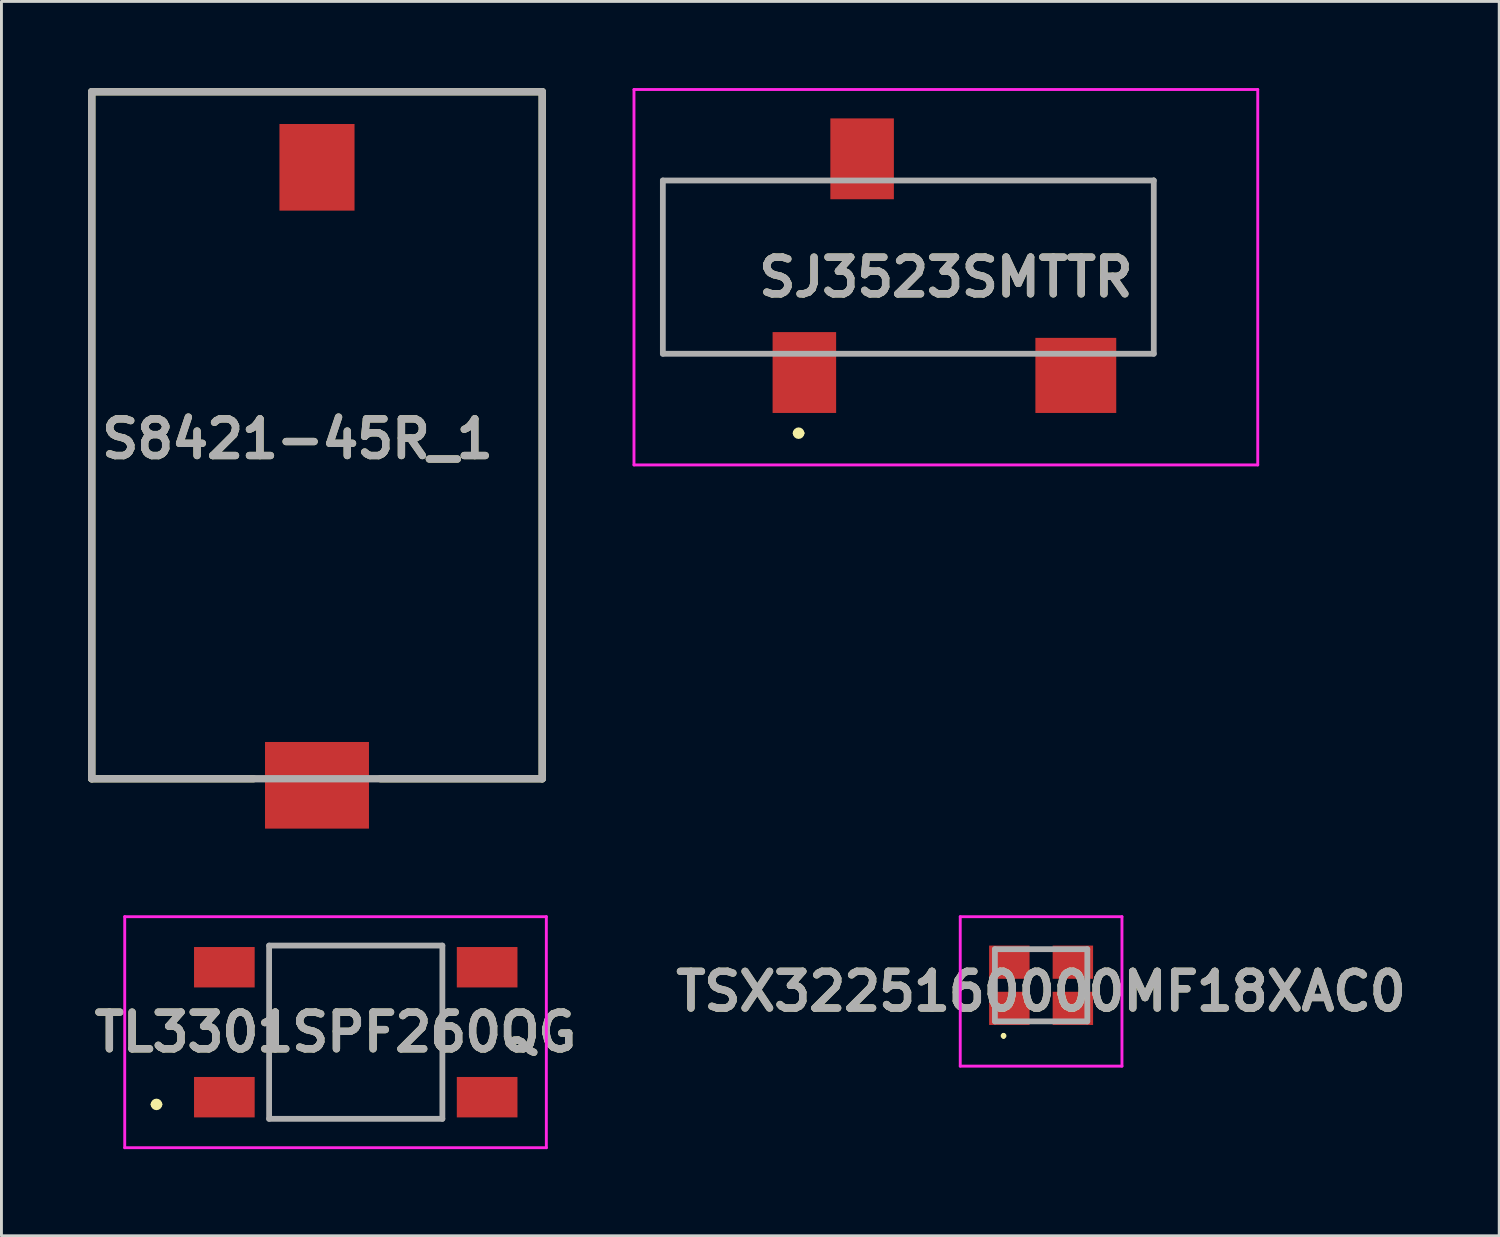
<source format=kicad_pcb>
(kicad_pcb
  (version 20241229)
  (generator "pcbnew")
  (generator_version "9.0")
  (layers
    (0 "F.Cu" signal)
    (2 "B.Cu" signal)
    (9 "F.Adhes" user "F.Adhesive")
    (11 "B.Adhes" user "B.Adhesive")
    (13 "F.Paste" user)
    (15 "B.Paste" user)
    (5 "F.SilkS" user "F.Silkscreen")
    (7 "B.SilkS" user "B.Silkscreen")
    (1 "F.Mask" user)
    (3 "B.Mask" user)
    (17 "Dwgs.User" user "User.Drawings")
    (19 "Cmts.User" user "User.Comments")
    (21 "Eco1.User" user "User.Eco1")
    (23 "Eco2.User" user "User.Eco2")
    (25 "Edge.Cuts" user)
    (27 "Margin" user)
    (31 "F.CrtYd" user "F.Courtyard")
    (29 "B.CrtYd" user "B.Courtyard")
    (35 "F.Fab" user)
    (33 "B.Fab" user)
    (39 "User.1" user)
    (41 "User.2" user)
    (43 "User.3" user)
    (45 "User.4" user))
  (footprint "TSX3225160000MF18XAC0"
    (layer "F.Cu")
    (at 33.002 31.069)
    (property "Reference" "TSX3225160000MF18XAC0" (at 0 0.213 0) (layer "F.SilkS") (effects (font (size 1.27 1.27) (thickness 0.254))))
    (attr smd)
    (fp_line (start -1.3 1.7) (end -1.3 1.7) (stroke (width 0.1) (type solid)) (layer "F.SilkS"))
    (fp_line (start -1.3 1.8) (end -1.3 1.8) (stroke (width 0.1) (type solid)) (layer "F.SilkS"))
    (fp_arc (start -1.3 1.7) (mid -1.25 1.75) (end -1.3 1.8) (stroke (width 0.1) (type solid)) (layer "F.SilkS"))
    (fp_arc (start -1.3 1.8) (mid -1.35 1.75) (end -1.3 1.7) (stroke (width 0.1) (type solid)) (layer "F.SilkS"))
    (fp_line (start -2.8 -2.375) (end 2.8 -2.375) (stroke (width 0.1) (type solid)) (layer "F.CrtYd"))
    (fp_line (start -2.8 2.8) (end -2.8 -2.375) (stroke (width 0.1) (type solid)) (layer "F.CrtYd"))
    (fp_line (start 2.8 -2.375) (end 2.8 2.8) (stroke (width 0.1) (type solid)) (layer "F.CrtYd"))
    (fp_line (start 2.8 2.8) (end -2.8 2.8) (stroke (width 0.1) (type solid)) (layer "F.CrtYd"))
    (fp_line (start -1.6 -1.25) (end 1.6 -1.25) (stroke (width 0.2) (type solid)) (layer "F.Fab"))
    (fp_line (start -1.6 1.25) (end -1.6 -1.25) (stroke (width 0.2) (type solid)) (layer "F.Fab"))
    (fp_line (start 1.6 -1.25) (end 1.6 1.25) (stroke (width 0.2) (type solid)) (layer "F.Fab"))
    (fp_line (start 1.6 1.25) (end -1.6 1.25) (stroke (width 0.2) (type solid)) (layer "F.Fab"))
    (fp_text user "${REFERENCE}" (at 0 0.213 0) (layer "F.Fab") (effects (font (size 1.27 1.27) (thickness 0.254))))
    (pad "1" smd rect (at -1.1 0.8 90) (size 1.15 1.4) (layers "F.Cu" "F.Mask" "F.Paste"))
    (pad "2" smd rect (at 1.1 0.8 90) (size 1.15 1.4) (layers "F.Cu" "F.Mask" "F.Paste"))
    (pad "3" smd rect (at 1.1 -0.8 90) (size 1.15 1.4) (layers "F.Cu" "F.Mask" "F.Paste"))
    (pad "4" smd rect (at -1.1 -0.8 90) (size 1.15 1.4) (layers "F.Cu" "F.Mask" "F.Paste")))
  (footprint "S8421-45R_1"
    (layer "F.Cu")
    (at 7.927 2.744)
    (property "Reference" "S8421-45R_1" (at -0.675 9.406 0) (layer "F.SilkS") (effects (font (size 1.27 1.27) (thickness 0.254))))
    (attr smd)
    (fp_line (start -7.8 -2.617) (end 7.8 -2.617) (stroke (width 0.254) (type solid)) (layer "F.SilkS"))
    (fp_line (start -7.8 21.173) (end -7.8 -2.617) (stroke (width 0.254) (type solid)) (layer "F.SilkS"))
    (fp_line (start -7.8 21.173) (end -2.2 21.173) (stroke (width 0.254) (type solid)) (layer "F.SilkS"))
    (fp_line (start 7.8 -2.617) (end 7.8 21.173) (stroke (width 0.254) (type solid)) (layer "F.SilkS"))
    (fp_line (start 7.8 21.173) (end 2.2 21.173) (stroke (width 0.254) (type solid)) (layer "F.SilkS"))
    (fp_line (start -7.8 -2.617) (end 7.8 -2.617) (stroke (width 0.254) (type solid)) (layer "F.Fab"))
    (fp_line (start -7.8 21.173) (end -7.8 -2.617) (stroke (width 0.254) (type solid)) (layer "F.Fab"))
    (fp_line (start 7.8 -2.617) (end 7.8 21.173) (stroke (width 0.254) (type solid)) (layer "F.Fab"))
    (fp_line (start 7.8 21.173) (end -7.8 21.173) (stroke (width 0.254) (type solid)) (layer "F.Fab"))
    (fp_text user "${REFERENCE}" (at -0.675 9.406 0) (layer "F.Fab") (effects (font (size 1.27 1.27) (thickness 0.254))))
    (pad "1" smd rect (at 0 21.4 90) (size 3 3.6) (layers "F.Cu" "F.Mask" "F.Paste"))
    (pad "2" smd rect (at 0 0) (size 2.6 3) (layers "F.Cu" "F.Mask" "F.Paste")))
  (footprint "TL3301SPF260QG"
    (layer "F.Cu")
    (at 9.269 32.694)
    (property "Reference" "TL3301SPF260QG" (at -0.7 0 0) (layer "F.SilkS") (effects (font (size 1.27 1.27) (thickness 0.254))))
    (attr smd)
    (fp_line (start -7 2.5) (end -7 2.5) (stroke (width 0.2) (type solid)) (layer "F.SilkS"))
    (fp_line (start -6.8 2.5) (end -6.8 2.5) (stroke (width 0.2) (type solid)) (layer "F.SilkS"))
    (fp_line (start -3 -3) (end 3 -3) (stroke (width 0.1) (type solid)) (layer "F.SilkS"))
    (fp_line (start -3 3) (end -3 -3) (stroke (width 0.1) (type solid)) (layer "F.SilkS"))
    (fp_line (start 3 -3) (end 3 3) (stroke (width 0.1) (type solid)) (layer "F.SilkS"))
    (fp_line (start 3 3) (end -3 3) (stroke (width 0.1) (type solid)) (layer "F.SilkS"))
    (fp_arc (start -7 2.5) (mid -6.9 2.4) (end -6.8 2.5) (stroke (width 0.2) (type solid)) (layer "F.SilkS"))
    (fp_arc (start -6.8 2.5) (mid -6.9 2.6) (end -7 2.5) (stroke (width 0.2) (type solid)) (layer "F.SilkS"))
    (fp_line (start -8 -4) (end 6.6 -4) (stroke (width 0.1) (type solid)) (layer "F.CrtYd"))
    (fp_line (start -8 4) (end -8 -4) (stroke (width 0.1) (type solid)) (layer "F.CrtYd"))
    (fp_line (start 6.6 -4) (end 6.6 4) (stroke (width 0.1) (type solid)) (layer "F.CrtYd"))
    (fp_line (start 6.6 4) (end -8 4) (stroke (width 0.1) (type solid)) (layer "F.CrtYd"))
    (fp_line (start -3 -3) (end 3 -3) (stroke (width 0.2) (type solid)) (layer "F.Fab"))
    (fp_line (start -3 3) (end -3 -3) (stroke (width 0.2) (type solid)) (layer "F.Fab"))
    (fp_line (start 3 -3) (end 3 3) (stroke (width 0.2) (type solid)) (layer "F.Fab"))
    (fp_line (start 3 3) (end -3 3) (stroke (width 0.2) (type solid)) (layer "F.Fab"))
    (fp_text user "${REFERENCE}" (at -0.7 0 0) (layer "F.Fab") (effects (font (size 1.27 1.27) (thickness 0.254))))
    (pad "1" smd rect (at -4.55 2.25 90) (size 1.4 2.1) (layers "F.Cu" "F.Mask" "F.Paste"))
    (pad "2" smd rect (at 4.55 2.25 90) (size 1.4 2.1) (layers "F.Cu" "F.Mask" "F.Paste"))
    (pad "3" smd rect (at -4.55 -2.25 90) (size 1.4 2.1) (layers "F.Cu" "F.Mask" "F.Paste"))
    (pad "4" smd rect (at 4.55 -2.25 90) (size 1.4 2.1) (layers "F.Cu" "F.Mask" "F.Paste")))
  (footprint "SJ3523SMTTR"
    (layer "F.Cu")
    (at 22.404 6.15)
    (property "Reference" "SJ3523SMTTR" (at 7.3 0.4 0) (layer "F.SilkS") (effects (font (size 1.27 1.27) (thickness 0.254))))
    (attr through_hole)
    (fp_line (start -2.5 -2.95) (end -2.5 3.05) (stroke (width 0.1) (type solid)) (layer "F.SilkS"))
    (fp_line (start -2.5 3.05) (end 0.9 3.05) (stroke (width 0.1) (type solid)) (layer "F.SilkS"))
    (fp_line (start 2.1 5.8) (end 2.1 5.8) (stroke (width 0.2) (type solid)) (layer "F.SilkS"))
    (fp_line (start 2.3 5.8) (end 2.3 5.8) (stroke (width 0.2) (type solid)) (layer "F.SilkS"))
    (fp_line (start 2.9 -2.95) (end -2.5 -2.95) (stroke (width 0.1) (type solid)) (layer "F.SilkS"))
    (fp_line (start 3.9 3.05) (end 10.1 3.05) (stroke (width 0.1) (type solid)) (layer "F.SilkS"))
    (fp_line (start 5.9 -2.95) (end 14.5 -2.95) (stroke (width 0.1) (type solid)) (layer "F.SilkS"))
    (fp_line (start 13.5 3.05) (end 14.5 3.05) (stroke (width 0.1) (type solid)) (layer "F.SilkS"))
    (fp_line (start 14.5 -3) (end 14.5 1.5) (stroke (width 0.1) (type solid)) (layer "F.SilkS"))
    (fp_line (start 14.5 3.05) (end 14.5 1.5) (stroke (width 0.1) (type solid)) (layer "F.SilkS"))
    (fp_arc (start 2.1 5.8) (mid 2.2 5.7) (end 2.3 5.8) (stroke (width 0.2) (type solid)) (layer "F.SilkS"))
    (fp_arc (start 2.3 5.8) (mid 2.2 5.9) (end 2.1 5.8) (stroke (width 0.2) (type solid)) (layer "F.SilkS"))
    (fp_line (start -3.5 -6.1) (end 18.1 -6.1) (stroke (width 0.1) (type solid)) (layer "F.CrtYd"))
    (fp_line (start -3.5 6.9) (end -3.5 -6.1) (stroke (width 0.1) (type solid)) (layer "F.CrtYd"))
    (fp_line (start 18.1 -6.1) (end 18.1 6.9) (stroke (width 0.1) (type solid)) (layer "F.CrtYd"))
    (fp_line (start 18.1 6.9) (end -3.5 6.9) (stroke (width 0.1) (type solid)) (layer "F.CrtYd"))
    (fp_line (start -2.5 -2.95) (end 14.5 -2.95) (stroke (width 0.2) (type solid)) (layer "F.Fab"))
    (fp_line (start -2.5 3.05) (end -2.5 -2.95) (stroke (width 0.2) (type solid)) (layer "F.Fab"))
    (fp_line (start 14.5 -2.95) (end 14.5 3.05) (stroke (width 0.2) (type solid)) (layer "F.Fab"))
    (fp_line (start 14.5 3.05) (end -2.5 3.05) (stroke (width 0.2) (type solid)) (layer "F.Fab"))
    (fp_text user "${REFERENCE}" (at 7.3 0.4 0) (layer "F.Fab") (effects (font (size 1.27 1.27) (thickness 0.254))))
    (pad "" np_thru_hole circle (at 3.5 0) (size 0.001 0.001) (drill 1.7) (layers "*.Cu" "*.Mask"))
    (pad "" np_thru_hole circle (at 10.5 0) (size 0.001 0.001) (drill 1.7) (layers "*.Cu" "*.Mask"))
    (pad "1" smd rect (at 2.4 3.7) (size 2.2 2.8) (layers "F.Cu" "F.Mask" "F.Paste"))
    (pad "2" smd rect (at 11.8 3.8 90) (size 2.6 2.8) (layers "F.Cu" "F.Mask" "F.Paste"))
    (pad "3" smd rect (at 4.4 -3.7) (size 2.2 2.8) (layers "F.Cu" "F.Mask" "F.Paste")))
  (gr_rect
    (start -3 -3)
    (end 48.866 39.744)
    (stroke (width 0.1) (type default))
    (fill no)
    (layer "Edge.Cuts")))
</source>
